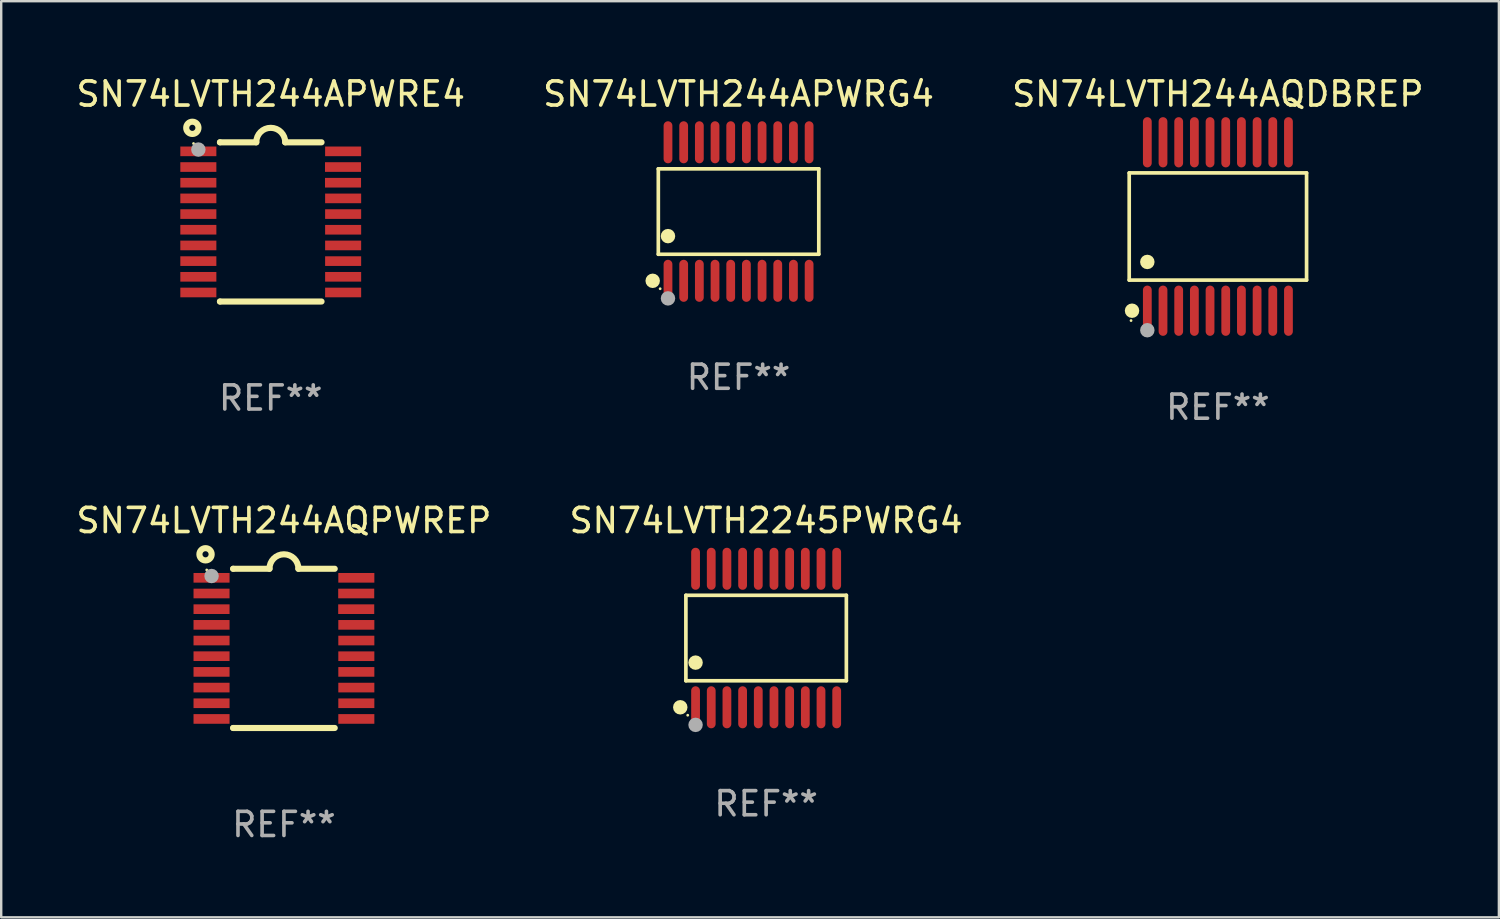
<source format=kicad_pcb>
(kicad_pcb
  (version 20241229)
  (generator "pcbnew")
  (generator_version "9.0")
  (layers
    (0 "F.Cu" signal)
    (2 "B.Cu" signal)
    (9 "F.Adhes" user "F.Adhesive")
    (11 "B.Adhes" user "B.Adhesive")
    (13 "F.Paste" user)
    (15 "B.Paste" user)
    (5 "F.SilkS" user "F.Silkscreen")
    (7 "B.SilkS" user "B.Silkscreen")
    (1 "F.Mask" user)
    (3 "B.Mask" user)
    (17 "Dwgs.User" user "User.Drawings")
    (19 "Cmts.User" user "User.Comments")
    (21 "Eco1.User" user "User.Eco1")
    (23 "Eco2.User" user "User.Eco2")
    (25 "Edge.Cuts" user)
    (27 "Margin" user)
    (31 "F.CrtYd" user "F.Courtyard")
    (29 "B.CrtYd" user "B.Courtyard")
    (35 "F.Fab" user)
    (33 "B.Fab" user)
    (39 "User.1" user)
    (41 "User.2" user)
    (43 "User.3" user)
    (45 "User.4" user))
  (footprint "SN74LVTH244AQDBREP"
    (layer "F.Cu")
    (at 47.435 6.339)
    (property "Reference" "SN74LVTH244AQDBREP" (at 0 -5.491 0) (layer "F.SilkS") (effects (font (size 1 1) (thickness 0.15))))
    (attr through_hole)
    (fp_line (start -3.676 -2.221) (end 3.676 -2.221) (stroke (width 0.152) (type solid)) (layer "F.SilkS"))
    (fp_line (start -3.676 2.221) (end -3.676 -2.221) (stroke (width 0.152) (type solid)) (layer "F.SilkS"))
    (fp_line (start 3.676 -2.221) (end 3.676 2.221) (stroke (width 0.152) (type solid)) (layer "F.SilkS"))
    (fp_line (start 3.676 2.221) (end -3.676 2.221) (stroke (width 0.152) (type solid)) (layer "F.SilkS"))
    (fp_circle (center -3.6 3.9) (end -3.57 3.9) (stroke (width 0.06) (type solid)) (fill no) (layer "F.SilkS"))
    (fp_circle (center -3.559 3.491) (end -3.409 3.491) (stroke (width 0.3) (type solid)) (fill no) (layer "F.SilkS"))
    (fp_circle (center -2.925 1.469) (end -2.775 1.469) (stroke (width 0.3) (type solid)) (fill no) (layer "F.SilkS"))
    (fp_circle (center -2.925 4.3) (end -2.775 4.3) (stroke (width 0.3) (type solid)) (fill no) (layer "F.Fab"))
    (fp_text user "REF**" (at 0 7.491 0) (layer "F.Fab") (effects (font (size 1 1) (thickness 0.15))))
    (pad "1" smd oval (at -2.925 3.491) (size 0.364 2.082) (layers "F.Cu" "F.Mask" "F.Paste"))
    (pad "2" smd oval (at -2.275 3.491) (size 0.364 2.082) (layers "F.Cu" "F.Mask" "F.Paste"))
    (pad "3" smd oval (at -1.625 3.491) (size 0.364 2.082) (layers "F.Cu" "F.Mask" "F.Paste"))
    (pad "4" smd oval (at -0.975 3.491) (size 0.364 2.082) (layers "F.Cu" "F.Mask" "F.Paste"))
    (pad "5" smd oval (at -0.325 3.491) (size 0.364 2.082) (layers "F.Cu" "F.Mask" "F.Paste"))
    (pad "6" smd oval (at 0.325 3.491) (size 0.364 2.082) (layers "F.Cu" "F.Mask" "F.Paste"))
    (pad "7" smd oval (at 0.975 3.491) (size 0.364 2.082) (layers "F.Cu" "F.Mask" "F.Paste"))
    (pad "8" smd oval (at 1.625 3.491) (size 0.364 2.082) (layers "F.Cu" "F.Mask" "F.Paste"))
    (pad "9" smd oval (at 2.275 3.491) (size 0.364 2.082) (layers "F.Cu" "F.Mask" "F.Paste"))
    (pad "10" smd oval (at 2.925 3.491) (size 0.364 2.082) (layers "F.Cu" "F.Mask" "F.Paste"))
    (pad "11" smd oval (at 2.925 -3.491) (size 0.364 2.082) (layers "F.Cu" "F.Mask" "F.Paste"))
    (pad "12" smd oval (at 2.275 -3.491) (size 0.364 2.082) (layers "F.Cu" "F.Mask" "F.Paste"))
    (pad "13" smd oval (at 1.625 -3.491) (size 0.364 2.082) (layers "F.Cu" "F.Mask" "F.Paste"))
    (pad "14" smd oval (at 0.975 -3.491) (size 0.364 2.082) (layers "F.Cu" "F.Mask" "F.Paste"))
    (pad "15" smd oval (at 0.325 -3.491) (size 0.364 2.082) (layers "F.Cu" "F.Mask" "F.Paste"))
    (pad "16" smd oval (at -0.325 -3.491) (size 0.364 2.082) (layers "F.Cu" "F.Mask" "F.Paste"))
    (pad "17" smd oval (at -0.975 -3.491) (size 0.364 2.082) (layers "F.Cu" "F.Mask" "F.Paste"))
    (pad "18" smd oval (at -1.625 -3.491) (size 0.364 2.082) (layers "F.Cu" "F.Mask" "F.Paste"))
    (pad "19" smd oval (at -2.275 -3.491) (size 0.364 2.082) (layers "F.Cu" "F.Mask" "F.Paste"))
    (pad "20" smd oval (at -2.925 -3.491) (size 0.364 2.082) (layers "F.Cu" "F.Mask" "F.Paste")))
  (footprint "SN74LVTH244APWRG4"
    (layer "F.Cu")
    (at 27.565 5.719)
    (property "Reference" "SN74LVTH244APWRG4" (at 0 -4.871 0) (layer "F.SilkS") (effects (font (size 1 1) (thickness 0.15))))
    (attr through_hole)
    (fp_line (start -3.326 -1.771) (end 3.326 -1.771) (stroke (width 0.152) (type solid)) (layer "F.SilkS"))
    (fp_line (start -3.326 1.771) (end -3.326 -1.771) (stroke (width 0.152) (type solid)) (layer "F.SilkS"))
    (fp_line (start 3.326 -1.771) (end 3.326 1.771) (stroke (width 0.152) (type solid)) (layer "F.SilkS"))
    (fp_line (start 3.326 1.771) (end -3.326 1.771) (stroke (width 0.152) (type solid)) (layer "F.SilkS"))
    (fp_circle (center -3.559 2.871) (end -3.409 2.871) (stroke (width 0.3) (type solid)) (fill no) (layer "F.SilkS"))
    (fp_circle (center -3.25 3.2) (end -3.22 3.2) (stroke (width 0.06) (type solid)) (fill no) (layer "F.SilkS"))
    (fp_circle (center -2.925 1.019) (end -2.775 1.019) (stroke (width 0.3) (type solid)) (fill no) (layer "F.SilkS"))
    (fp_circle (center -2.925 3.6) (end -2.775 3.6) (stroke (width 0.3) (type solid)) (fill no) (layer "F.Fab"))
    (fp_text user "REF**" (at 0 6.871 0) (layer "F.Fab") (effects (font (size 1 1) (thickness 0.15))))
    (pad "1" smd oval (at -2.925 2.871) (size 0.364 1.742) (layers "F.Cu" "F.Mask" "F.Paste"))
    (pad "2" smd oval (at -2.275 2.871) (size 0.364 1.742) (layers "F.Cu" "F.Mask" "F.Paste"))
    (pad "3" smd oval (at -1.625 2.871) (size 0.364 1.742) (layers "F.Cu" "F.Mask" "F.Paste"))
    (pad "4" smd oval (at -0.975 2.871) (size 0.364 1.742) (layers "F.Cu" "F.Mask" "F.Paste"))
    (pad "5" smd oval (at -0.325 2.871) (size 0.364 1.742) (layers "F.Cu" "F.Mask" "F.Paste"))
    (pad "6" smd oval (at 0.325 2.871) (size 0.364 1.742) (layers "F.Cu" "F.Mask" "F.Paste"))
    (pad "7" smd oval (at 0.975 2.871) (size 0.364 1.742) (layers "F.Cu" "F.Mask" "F.Paste"))
    (pad "8" smd oval (at 1.625 2.871) (size 0.364 1.742) (layers "F.Cu" "F.Mask" "F.Paste"))
    (pad "9" smd oval (at 2.275 2.871) (size 0.364 1.742) (layers "F.Cu" "F.Mask" "F.Paste"))
    (pad "10" smd oval (at 2.925 2.871) (size 0.364 1.742) (layers "F.Cu" "F.Mask" "F.Paste"))
    (pad "11" smd oval (at 2.925 -2.871) (size 0.364 1.742) (layers "F.Cu" "F.Mask" "F.Paste"))
    (pad "12" smd oval (at 2.275 -2.871) (size 0.364 1.742) (layers "F.Cu" "F.Mask" "F.Paste"))
    (pad "13" smd oval (at 1.625 -2.871) (size 0.364 1.742) (layers "F.Cu" "F.Mask" "F.Paste"))
    (pad "14" smd oval (at 0.975 -2.871) (size 0.364 1.742) (layers "F.Cu" "F.Mask" "F.Paste"))
    (pad "15" smd oval (at 0.325 -2.871) (size 0.364 1.742) (layers "F.Cu" "F.Mask" "F.Paste"))
    (pad "16" smd oval (at -0.325 -2.871) (size 0.364 1.742) (layers "F.Cu" "F.Mask" "F.Paste"))
    (pad "17" smd oval (at -0.975 -2.871) (size 0.364 1.742) (layers "F.Cu" "F.Mask" "F.Paste"))
    (pad "18" smd oval (at -1.625 -2.871) (size 0.364 1.742) (layers "F.Cu" "F.Mask" "F.Paste"))
    (pad "19" smd oval (at -2.275 -2.871) (size 0.364 1.742) (layers "F.Cu" "F.Mask" "F.Paste"))
    (pad "20" smd oval (at -2.925 -2.871) (size 0.364 1.742) (layers "F.Cu" "F.Mask" "F.Paste")))
  (footprint "SN74LVTH244APWRE4"
    (layer "F.Cu")
    (at 8.173 6.149)
    (property "Reference" "SN74LVTH244APWRE4" (at 0 -5.3 0) (layer "F.SilkS") (effects (font (size 1 1) (thickness 0.15))))
    (attr through_hole)
    (fp_line (start -2.105 -3.3) (end -2.105 -3.3) (stroke (width 0.254) (type solid)) (layer "F.SilkS"))
    (fp_line (start -2.105 -3.3) (end -0.6 -3.3) (stroke (width 0.254) (type solid)) (layer "F.SilkS"))
    (fp_line (start -2.105 3.3) (end -2.105 3.3) (stroke (width 0.254) (type solid)) (layer "F.SilkS"))
    (fp_line (start 0.6 -3.3) (end 2.105 -3.3) (stroke (width 0.254) (type solid)) (layer "F.SilkS"))
    (fp_line (start 2.105 3.3) (end -2.105 3.3) (stroke (width 0.254) (type solid)) (layer "F.SilkS"))
    (fp_arc (start -0.599924 -3.300026) (mid 0.000114 -3.897415) (end 0.600152 -3.300025) (stroke (width 0.254001) (type solid)) (layer "F.SilkS"))
    (fp_circle (center -3.25 -3.9) (end -2.996 -3.9) (stroke (width 0.254) (type solid)) (fill no) (layer "F.SilkS"))
    (fp_circle (center -3.2 -3.25) (end -3.17 -3.25) (stroke (width 0.06) (type solid)) (fill no) (layer "F.SilkS"))
    (fp_circle (center -3 -3) (end -2.85 -3) (stroke (width 0.3) (type solid)) (fill no) (layer "F.Fab"))
    (fp_text user "REF**" (at 0 7.3 0) (layer "F.Fab") (effects (font (size 1 1) (thickness 0.15))))
    (pad "1" smd rect (at -3.001 -2.925 270) (size 0.4 1.494) (layers "F.Cu" "F.Mask" "F.Paste"))
    (pad "2" smd rect (at -3.001 -2.275 270) (size 0.4 1.494) (layers "F.Cu" "F.Mask" "F.Paste"))
    (pad "3" smd rect (at -3.001 -1.625 270) (size 0.4 1.494) (layers "F.Cu" "F.Mask" "F.Paste"))
    (pad "4" smd rect (at -3.001 -0.975 270) (size 0.4 1.494) (layers "F.Cu" "F.Mask" "F.Paste"))
    (pad "5" smd rect (at -3.001 -0.325 270) (size 0.4 1.494) (layers "F.Cu" "F.Mask" "F.Paste"))
    (pad "6" smd rect (at -3.001 0.324 270) (size 0.4 1.494) (layers "F.Cu" "F.Mask" "F.Paste"))
    (pad "7" smd rect (at -3.001 0.975 270) (size 0.4 1.494) (layers "F.Cu" "F.Mask" "F.Paste"))
    (pad "8" smd rect (at -3.001 1.625 270) (size 0.4 1.494) (layers "F.Cu" "F.Mask" "F.Paste"))
    (pad "9" smd rect (at -3.001 2.275 270) (size 0.4 1.494) (layers "F.Cu" "F.Mask" "F.Paste"))
    (pad "10" smd rect (at -3.001 2.925 270) (size 0.4 1.494) (layers "F.Cu" "F.Mask" "F.Paste"))
    (pad "11" smd rect (at 3.001 2.925 270) (size 0.4 1.494) (layers "F.Cu" "F.Mask" "F.Paste"))
    (pad "12" smd rect (at 3.001 2.275 270) (size 0.4 1.494) (layers "F.Cu" "F.Mask" "F.Paste"))
    (pad "13" smd rect (at 3.001 1.625 270) (size 0.4 1.494) (layers "F.Cu" "F.Mask" "F.Paste"))
    (pad "14" smd rect (at 3.001 0.975 270) (size 0.4 1.494) (layers "F.Cu" "F.Mask" "F.Paste"))
    (pad "15" smd rect (at 3.001 0.325 270) (size 0.4 1.494) (layers "F.Cu" "F.Mask" "F.Paste"))
    (pad "16" smd rect (at 3.001 -0.325 270) (size 0.4 1.494) (layers "F.Cu" "F.Mask" "F.Paste"))
    (pad "17" smd rect (at 3.001 -0.975 270) (size 0.4 1.494) (layers "F.Cu" "F.Mask" "F.Paste"))
    (pad "18" smd rect (at 2.996 -1.625 270) (size 0.4 1.494) (layers "F.Cu" "F.Mask" "F.Paste"))
    (pad "19" smd rect (at 2.996 -2.275 270) (size 0.4 1.494) (layers "F.Cu" "F.Mask" "F.Paste"))
    (pad "20" smd rect (at 3.001 -2.925 270) (size 0.4 1.494) (layers "F.Cu" "F.Mask" "F.Paste")))
  (footprint "SN74LVTH244AQPWREP"
    (layer "F.Cu")
    (at 8.72 23.827)
    (property "Reference" "SN74LVTH244AQPWREP" (at 0 -5.3 0) (layer "F.SilkS") (effects (font (size 1 1) (thickness 0.15))))
    (attr through_hole)
    (fp_line (start -2.105 -3.3) (end -2.105 -3.3) (stroke (width 0.254) (type solid)) (layer "F.SilkS"))
    (fp_line (start -2.105 -3.3) (end -0.6 -3.3) (stroke (width 0.254) (type solid)) (layer "F.SilkS"))
    (fp_line (start -2.105 3.3) (end -2.105 3.3) (stroke (width 0.254) (type solid)) (layer "F.SilkS"))
    (fp_line (start 0.6 -3.3) (end 2.105 -3.3) (stroke (width 0.254) (type solid)) (layer "F.SilkS"))
    (fp_line (start 2.105 3.3) (end -2.105 3.3) (stroke (width 0.254) (type solid)) (layer "F.SilkS"))
    (fp_arc (start -0.599924 -3.300026) (mid 0.000114 -3.897415) (end 0.600152 -3.300025) (stroke (width 0.254001) (type solid)) (layer "F.SilkS"))
    (fp_circle (center -3.25 -3.9) (end -2.996 -3.9) (stroke (width 0.254) (type solid)) (fill no) (layer "F.SilkS"))
    (fp_circle (center -3.2 -3.25) (end -3.17 -3.25) (stroke (width 0.06) (type solid)) (fill no) (layer "F.SilkS"))
    (fp_circle (center -3 -3) (end -2.85 -3) (stroke (width 0.3) (type solid)) (fill no) (layer "F.Fab"))
    (fp_text user "REF**" (at 0 7.3 0) (layer "F.Fab") (effects (font (size 1 1) (thickness 0.15))))
    (pad "1" smd rect (at -3.001 -2.925 270) (size 0.4 1.494) (layers "F.Cu" "F.Mask" "F.Paste"))
    (pad "2" smd rect (at -3.001 -2.275 270) (size 0.4 1.494) (layers "F.Cu" "F.Mask" "F.Paste"))
    (pad "3" smd rect (at -3.001 -1.625 270) (size 0.4 1.494) (layers "F.Cu" "F.Mask" "F.Paste"))
    (pad "4" smd rect (at -3.001 -0.975 270) (size 0.4 1.494) (layers "F.Cu" "F.Mask" "F.Paste"))
    (pad "5" smd rect (at -3.001 -0.325 270) (size 0.4 1.494) (layers "F.Cu" "F.Mask" "F.Paste"))
    (pad "6" smd rect (at -3.001 0.324 270) (size 0.4 1.494) (layers "F.Cu" "F.Mask" "F.Paste"))
    (pad "7" smd rect (at -3.001 0.975 270) (size 0.4 1.494) (layers "F.Cu" "F.Mask" "F.Paste"))
    (pad "8" smd rect (at -3.001 1.625 270) (size 0.4 1.494) (layers "F.Cu" "F.Mask" "F.Paste"))
    (pad "9" smd rect (at -3.001 2.275 270) (size 0.4 1.494) (layers "F.Cu" "F.Mask" "F.Paste"))
    (pad "10" smd rect (at -3.001 2.925 270) (size 0.4 1.494) (layers "F.Cu" "F.Mask" "F.Paste"))
    (pad "11" smd rect (at 3.001 2.925 270) (size 0.4 1.494) (layers "F.Cu" "F.Mask" "F.Paste"))
    (pad "12" smd rect (at 3.001 2.275 270) (size 0.4 1.494) (layers "F.Cu" "F.Mask" "F.Paste"))
    (pad "13" smd rect (at 3.001 1.625 270) (size 0.4 1.494) (layers "F.Cu" "F.Mask" "F.Paste"))
    (pad "14" smd rect (at 3.001 0.975 270) (size 0.4 1.494) (layers "F.Cu" "F.Mask" "F.Paste"))
    (pad "15" smd rect (at 3.001 0.325 270) (size 0.4 1.494) (layers "F.Cu" "F.Mask" "F.Paste"))
    (pad "16" smd rect (at 3.001 -0.325 270) (size 0.4 1.494) (layers "F.Cu" "F.Mask" "F.Paste"))
    (pad "17" smd rect (at 3.001 -0.975 270) (size 0.4 1.494) (layers "F.Cu" "F.Mask" "F.Paste"))
    (pad "18" smd rect (at 2.996 -1.625 270) (size 0.4 1.494) (layers "F.Cu" "F.Mask" "F.Paste"))
    (pad "19" smd rect (at 2.996 -2.275 270) (size 0.4 1.494) (layers "F.Cu" "F.Mask" "F.Paste"))
    (pad "20" smd rect (at 3.001 -2.925 270) (size 0.4 1.494) (layers "F.Cu" "F.Mask" "F.Paste")))
  (footprint "SN74LVTH2245PWRG4"
    (layer "F.Cu")
    (at 28.708 23.398)
    (property "Reference" "SN74LVTH2245PWRG4" (at 0 -4.871 0) (layer "F.SilkS") (effects (font (size 1 1) (thickness 0.15))))
    (attr through_hole)
    (fp_line (start -3.326 -1.771) (end 3.326 -1.771) (stroke (width 0.152) (type solid)) (layer "F.SilkS"))
    (fp_line (start -3.326 1.771) (end -3.326 -1.771) (stroke (width 0.152) (type solid)) (layer "F.SilkS"))
    (fp_line (start 3.326 -1.771) (end 3.326 1.771) (stroke (width 0.152) (type solid)) (layer "F.SilkS"))
    (fp_line (start 3.326 1.771) (end -3.326 1.771) (stroke (width 0.152) (type solid)) (layer "F.SilkS"))
    (fp_circle (center -3.559 2.871) (end -3.409 2.871) (stroke (width 0.3) (type solid)) (fill no) (layer "F.SilkS"))
    (fp_circle (center -3.25 3.2) (end -3.22 3.2) (stroke (width 0.06) (type solid)) (fill no) (layer "F.SilkS"))
    (fp_circle (center -2.925 1.019) (end -2.775 1.019) (stroke (width 0.3) (type solid)) (fill no) (layer "F.SilkS"))
    (fp_circle (center -2.925 3.6) (end -2.775 3.6) (stroke (width 0.3) (type solid)) (fill no) (layer "F.Fab"))
    (fp_text user "REF**" (at 0 6.871 0) (layer "F.Fab") (effects (font (size 1 1) (thickness 0.15))))
    (pad "1" smd oval (at -2.925 2.871) (size 0.364 1.742) (layers "F.Cu" "F.Mask" "F.Paste"))
    (pad "2" smd oval (at -2.275 2.871) (size 0.364 1.742) (layers "F.Cu" "F.Mask" "F.Paste"))
    (pad "3" smd oval (at -1.625 2.871) (size 0.364 1.742) (layers "F.Cu" "F.Mask" "F.Paste"))
    (pad "4" smd oval (at -0.975 2.871) (size 0.364 1.742) (layers "F.Cu" "F.Mask" "F.Paste"))
    (pad "5" smd oval (at -0.325 2.871) (size 0.364 1.742) (layers "F.Cu" "F.Mask" "F.Paste"))
    (pad "6" smd oval (at 0.325 2.871) (size 0.364 1.742) (layers "F.Cu" "F.Mask" "F.Paste"))
    (pad "7" smd oval (at 0.975 2.871) (size 0.364 1.742) (layers "F.Cu" "F.Mask" "F.Paste"))
    (pad "8" smd oval (at 1.625 2.871) (size 0.364 1.742) (layers "F.Cu" "F.Mask" "F.Paste"))
    (pad "9" smd oval (at 2.275 2.871) (size 0.364 1.742) (layers "F.Cu" "F.Mask" "F.Paste"))
    (pad "10" smd oval (at 2.925 2.871) (size 0.364 1.742) (layers "F.Cu" "F.Mask" "F.Paste"))
    (pad "11" smd oval (at 2.925 -2.871) (size 0.364 1.742) (layers "F.Cu" "F.Mask" "F.Paste"))
    (pad "12" smd oval (at 2.275 -2.871) (size 0.364 1.742) (layers "F.Cu" "F.Mask" "F.Paste"))
    (pad "13" smd oval (at 1.625 -2.871) (size 0.364 1.742) (layers "F.Cu" "F.Mask" "F.Paste"))
    (pad "14" smd oval (at 0.975 -2.871) (size 0.364 1.742) (layers "F.Cu" "F.Mask" "F.Paste"))
    (pad "15" smd oval (at 0.325 -2.871) (size 0.364 1.742) (layers "F.Cu" "F.Mask" "F.Paste"))
    (pad "16" smd oval (at -0.325 -2.871) (size 0.364 1.742) (layers "F.Cu" "F.Mask" "F.Paste"))
    (pad "17" smd oval (at -0.975 -2.871) (size 0.364 1.742) (layers "F.Cu" "F.Mask" "F.Paste"))
    (pad "18" smd oval (at -1.625 -2.871) (size 0.364 1.742) (layers "F.Cu" "F.Mask" "F.Paste"))
    (pad "19" smd oval (at -2.275 -2.871) (size 0.364 1.742) (layers "F.Cu" "F.Mask" "F.Paste"))
    (pad "20" smd oval (at -2.925 -2.871) (size 0.364 1.742) (layers "F.Cu" "F.Mask" "F.Paste")))
  (gr_rect
    (start -3 -3)
    (end 59.083 34.976)
    (stroke (width 0.1) (type default))
    (fill no)
    (layer "Edge.Cuts")))
</source>
